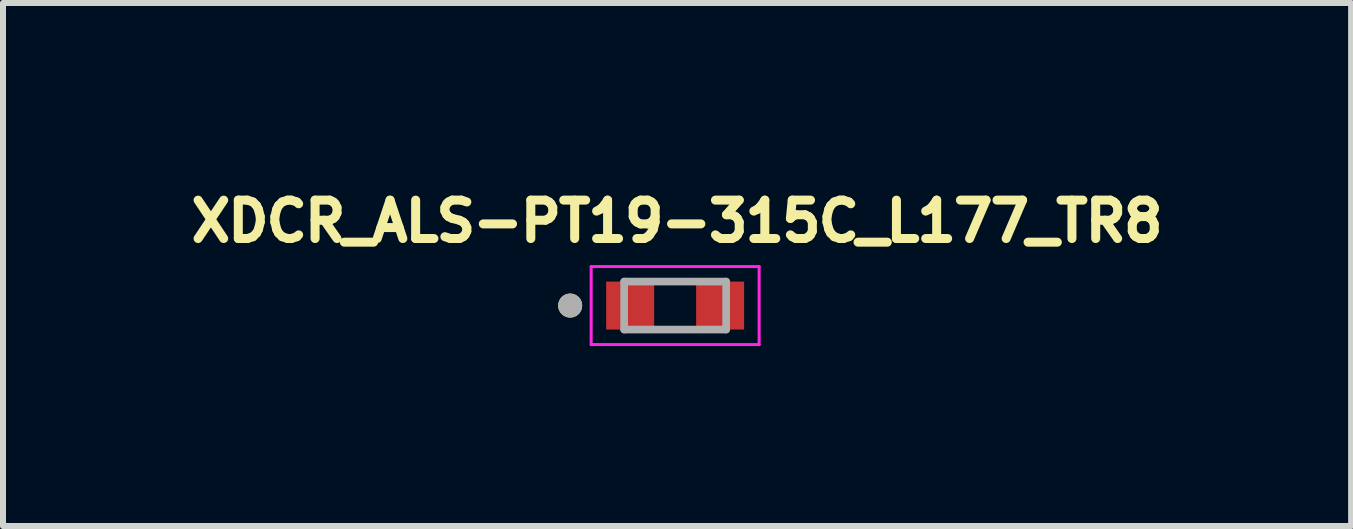
<source format=kicad_pcb>
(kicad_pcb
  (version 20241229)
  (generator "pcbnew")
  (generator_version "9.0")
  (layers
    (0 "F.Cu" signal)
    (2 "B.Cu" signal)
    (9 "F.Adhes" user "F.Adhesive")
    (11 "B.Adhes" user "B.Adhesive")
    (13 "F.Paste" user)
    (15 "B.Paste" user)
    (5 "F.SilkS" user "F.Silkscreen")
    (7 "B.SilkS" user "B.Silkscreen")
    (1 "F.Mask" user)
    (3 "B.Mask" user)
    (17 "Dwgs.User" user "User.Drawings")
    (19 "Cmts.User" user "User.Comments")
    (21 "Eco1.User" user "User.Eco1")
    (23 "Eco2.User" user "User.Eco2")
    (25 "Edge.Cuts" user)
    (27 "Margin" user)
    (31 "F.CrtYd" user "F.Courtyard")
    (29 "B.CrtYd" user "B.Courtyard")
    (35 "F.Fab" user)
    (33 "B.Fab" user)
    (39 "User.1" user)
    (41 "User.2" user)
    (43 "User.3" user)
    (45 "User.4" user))
  (footprint "XDCR_ALS-PT19-315C_L177_TR8"
    (layer "F.Cu")
    (at 8.205 2.044)
    (property "Reference" "XDCR_ALS-PT19-315C_L177_TR8" (at 0.032 -1.406 0) (layer "F.SilkS") (effects (font (size 0.64 0.64) (thickness 0.15))))
    (attr through_hole)
    (fp_circle (center -1.75 0) (end -1.65 0) (stroke (width 0.2) (type solid)) (fill no) (layer "F.SilkS"))
    (fp_line (start -1.4 -0.65) (end -1.4 0.65) (stroke (width 0.05) (type solid)) (layer "F.CrtYd"))
    (fp_line (start -1.4 0.65) (end 1.4 0.65) (stroke (width 0.05) (type solid)) (layer "F.CrtYd"))
    (fp_line (start 1.4 -0.65) (end -1.4 -0.65) (stroke (width 0.05) (type solid)) (layer "F.CrtYd"))
    (fp_line (start 1.4 0.65) (end 1.4 -0.65) (stroke (width 0.05) (type solid)) (layer "F.CrtYd"))
    (fp_line (start -0.85 -0.4) (end -0.85 0.4) (stroke (width 0.127) (type solid)) (layer "F.Fab"))
    (fp_line (start -0.85 0.4) (end 0.85 0.4) (stroke (width 0.127) (type solid)) (layer "F.Fab"))
    (fp_line (start 0.85 -0.4) (end -0.85 -0.4) (stroke (width 0.127) (type solid)) (layer "F.Fab"))
    (fp_line (start 0.85 0.4) (end 0.85 -0.4) (stroke (width 0.127) (type solid)) (layer "F.Fab"))
    (fp_circle (center -1.75 0) (end -1.65 0) (stroke (width 0.2) (type solid)) (fill no) (layer "F.Fab"))
    (pad "1" smd rect (at -0.75 0) (size 0.8 0.8) (layers "F.Cu" "F.Mask" "F.Paste"))
    (pad "2" smd rect (at 0.75 0) (size 0.8 0.8) (layers "F.Cu" "F.Mask" "F.Paste")))
  (gr_rect
    (start -3 -3)
    (end 19.474 5.719)
    (stroke (width 0.1) (type default))
    (fill no)
    (layer "Edge.Cuts")))
</source>
